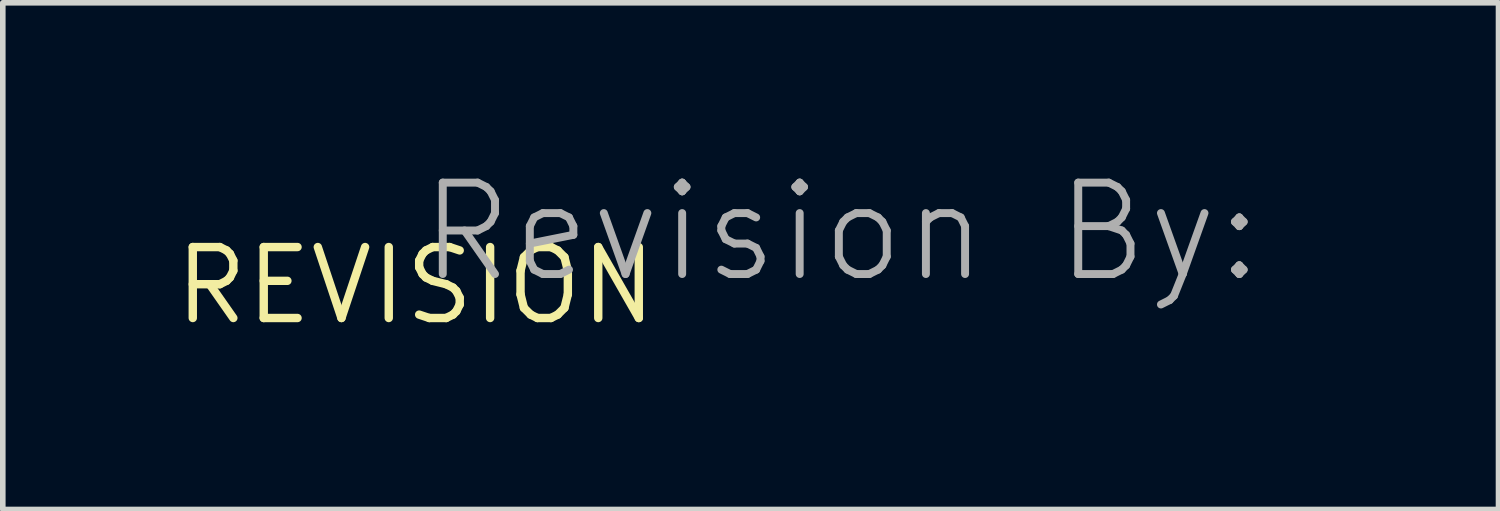
<source format=kicad_pcb>
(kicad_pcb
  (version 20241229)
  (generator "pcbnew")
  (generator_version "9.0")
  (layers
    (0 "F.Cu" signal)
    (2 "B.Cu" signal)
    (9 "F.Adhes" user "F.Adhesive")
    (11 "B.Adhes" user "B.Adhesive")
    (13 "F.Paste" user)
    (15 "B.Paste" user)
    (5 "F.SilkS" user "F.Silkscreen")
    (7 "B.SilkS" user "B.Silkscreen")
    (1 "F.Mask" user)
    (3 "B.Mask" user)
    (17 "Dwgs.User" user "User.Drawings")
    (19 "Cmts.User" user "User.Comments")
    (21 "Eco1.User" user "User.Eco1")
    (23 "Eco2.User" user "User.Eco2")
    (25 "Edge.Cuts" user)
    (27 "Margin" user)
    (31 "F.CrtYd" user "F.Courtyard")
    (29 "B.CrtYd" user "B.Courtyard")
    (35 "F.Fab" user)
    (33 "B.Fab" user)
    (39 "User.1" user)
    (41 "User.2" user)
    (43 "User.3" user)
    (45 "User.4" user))
  (footprint "REVISION"
    (layer "F.Cu")
    (at 4.392 2.062)
    (property "Reference" "REVISION" (at 0 0 0) (layer "F.SilkS") (effects (font (size 1.27 1.27) (thickness 0.15))))
    (fp_text user "Revision By: " (at 0 0 0) (unlocked yes) (layer "F.Fab") (effects (font (size 1.636 1.636) (thickness 0.142)) (justify left bottom))))
  (gr_rect
    (start -3 -3)
    (end 23.771 6.069)
    (stroke (width 0.1) (type default))
    (fill no)
    (layer "Edge.Cuts")))
</source>
